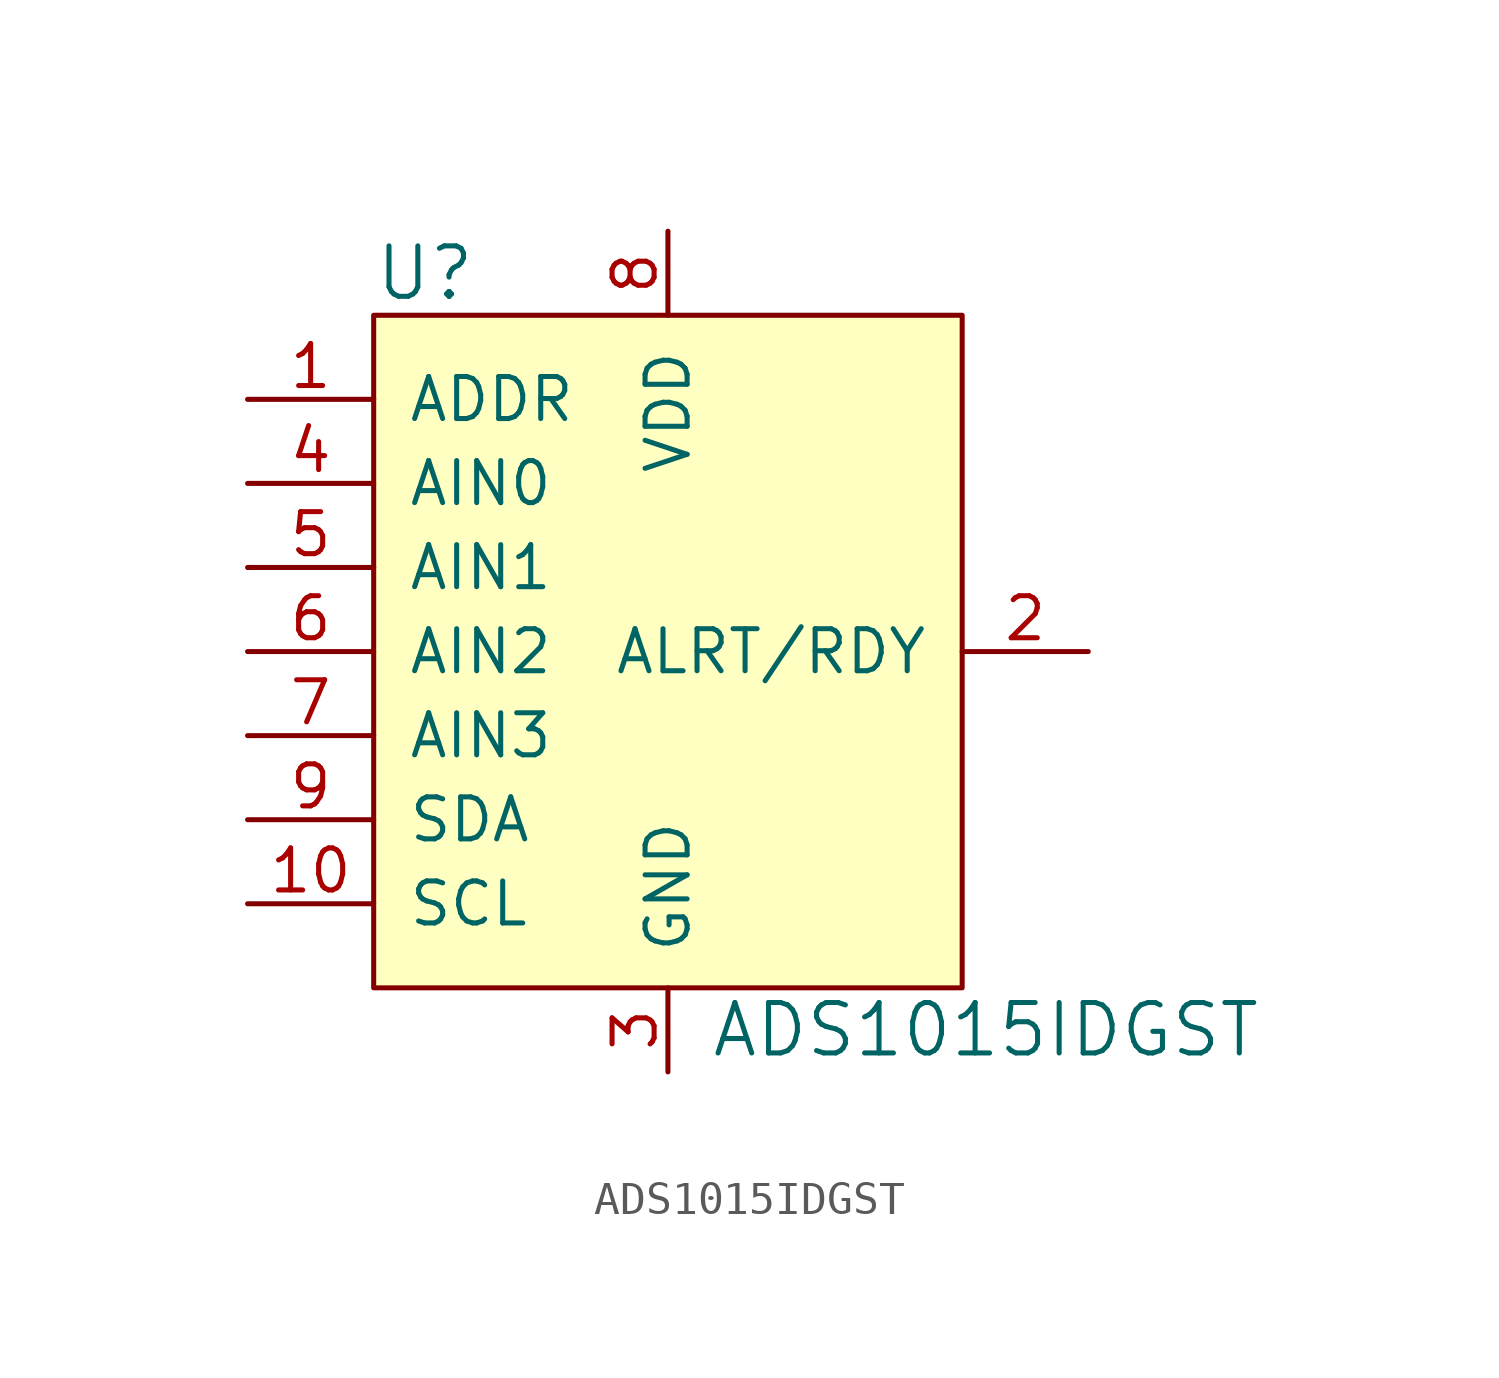
<source format=kicad_sym>
(kicad_symbol_lib
  (version 20201005)
  (generator kicad_symbol_editor)
  (symbol "ADS1015IDGST"
    (pin_names
      (offset 1.016))
    (property "Reference" "U"
      (at -8.89 11.43 0)
      (effects (font (size 1.524 1.524)) (justify left)))
    (property "Value" "ADS1015IDGST"
      (at 1.27 -11.43 0)
      (effects (font (size 1.524 1.524)) (justify left)))
    (symbol "ADS1015IDGST_0_1"
      (rectangle (start -8.89 10.16) (end 8.89 -10.16) (stroke (width 0)) (fill (type background))))
    (symbol "ADS1015IDGST_1_1"
      (pin input line (at -12.7 7.62 0) (length 3.81) (name "ADDR" (effects (font (size 1.27 1.27)))) (number "1" (effects (font (size 1.27 1.27)))))
      (pin output line (at 12.7 0 180) (length 3.81) (name "ALRT/RDY" (effects (font (size 1.27 1.27)))) (number "2" (effects (font (size 1.27 1.27)))))
      (pin power_in line (at 0 -12.7 90) (length 2.54) (name "GND" (effects (font (size 1.27 1.27)))) (number "3" (effects (font (size 1.27 1.27)))))
      (pin input line (at -12.7 5.08 0) (length 3.81) (name "AIN0" (effects (font (size 1.27 1.27)))) (number "4" (effects (font (size 1.27 1.27)))))
      (pin input line (at -12.7 2.54 0) (length 3.81) (name "AIN1" (effects (font (size 1.27 1.27)))) (number "5" (effects (font (size 1.27 1.27)))))
      (pin input line (at -12.7 0 0) (length 3.81) (name "AIN2" (effects (font (size 1.27 1.27)))) (number "6" (effects (font (size 1.27 1.27)))))
      (pin input line (at -12.7 -2.54 0) (length 3.81) (name "AIN3" (effects (font (size 1.27 1.27)))) (number "7" (effects (font (size 1.27 1.27)))))
      (pin power_in line (at 0 12.7 270) (length 2.54) (name "VDD" (effects (font (size 1.27 1.27)))) (number "8" (effects (font (size 1.27 1.27)))))
      (pin bidirectional line (at -12.7 -5.08 0) (length 3.81) (name "SDA" (effects (font (size 1.27 1.27)))) (number "9" (effects (font (size 1.27 1.27)))))
      (pin input line (at -12.7 -7.62 0) (length 3.81) (name "SCL" (effects (font (size 1.27 1.27)))) (number "10" (effects (font (size 1.27 1.27))))))))
</source>
